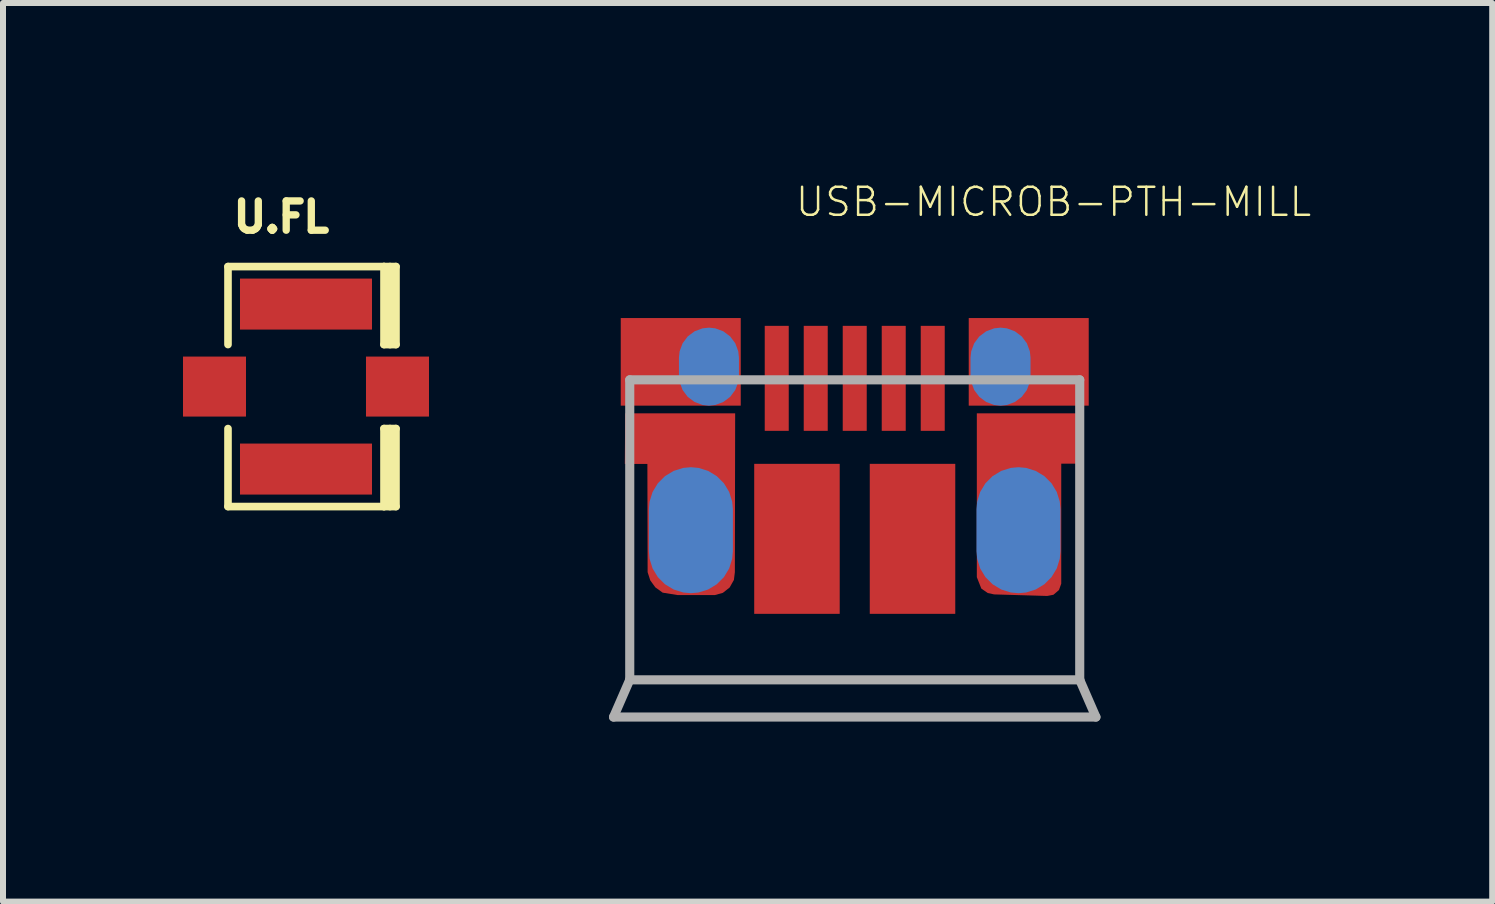
<source format=kicad_pcb>
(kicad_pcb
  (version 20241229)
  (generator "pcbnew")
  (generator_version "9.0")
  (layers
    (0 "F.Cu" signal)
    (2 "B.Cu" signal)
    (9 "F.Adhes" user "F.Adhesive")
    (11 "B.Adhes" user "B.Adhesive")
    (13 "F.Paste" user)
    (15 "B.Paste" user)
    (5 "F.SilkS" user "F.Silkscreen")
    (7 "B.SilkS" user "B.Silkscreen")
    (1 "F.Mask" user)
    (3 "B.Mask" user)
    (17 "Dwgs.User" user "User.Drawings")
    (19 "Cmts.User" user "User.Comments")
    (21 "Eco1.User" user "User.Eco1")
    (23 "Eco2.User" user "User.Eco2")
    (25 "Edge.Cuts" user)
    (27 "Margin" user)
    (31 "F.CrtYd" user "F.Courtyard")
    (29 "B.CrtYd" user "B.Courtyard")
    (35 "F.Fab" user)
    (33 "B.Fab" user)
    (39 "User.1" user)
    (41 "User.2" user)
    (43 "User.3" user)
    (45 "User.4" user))
  (footprint "USB-MICROB-PTH-MILL"
    (layer "F.Cu")
    (at 11.196 3.256)
    (property "Reference" "USB-MICROB-PTH-MILL" (at -1.016 -2.667 0) (layer "F.SilkS") (effects (font (size 0.467 0.467) (thickness 0.041)) (justify left bottom)))
    (fp_poly (pts (xy 3.82 1.422) (xy 3.442 1.422) (xy 3.442 3.422) (xy 3.404 3.528) (xy 3.312 3.607) (xy 3.208 3.627) (xy 2.323 3.601) (xy 2.217 3.578) (xy 2.11 3.504) (xy 2.035 3.314) (xy 2.035 0.583) (xy 3.82 0.583)) (stroke (width 0) (type solid)) (fill yes) (layer "F.Cu"))
    (fp_poly (pts (xy -1.998 3.231) (xy -2.014 3.36) (xy -2.085 3.486) (xy -2.198 3.575) (xy -2.331 3.612) (xy -2.953 3.612) (xy -3.201 3.572) (xy -3.324 3.483) (xy -3.408 3.367) (xy -3.452 3.231) (xy -3.456 1.427) (xy -3.832 1.427) (xy -3.826 0.583) (xy -1.993 0.583)) (stroke (width 0) (type solid)) (fill yes) (layer "F.Cu"))
    (fp_poly (pts (xy 3.851 1.476) (xy 3.551 1.476) (xy 3.551 3.333) (xy 3.514 3.453) (xy 3.441 3.557) (xy 3.336 3.636) (xy 3.104 3.676) (xy 2.295 3.676) (xy 2.165 3.65) (xy 2.047 3.571) (xy 1.949 3.335) (xy 1.949 0.574) (xy 3.851 0.574)) (stroke (width 0) (type solid)) (fill yes) (layer "F.Mask"))
    (fp_poly (pts (xy -1.949 3.225) (xy -1.951 3.344) (xy -1.992 3.464) (xy -2.071 3.569) (xy -2.288 3.676) (xy -3.004 3.676) (xy -3.14 3.654) (xy -3.265 3.59) (xy -3.368 3.487) (xy -3.451 3.233) (xy -3.451 1.476) (xy -3.851 1.476) (xy -3.851 0.574) (xy -1.949 0.574)) (stroke (width 0) (type solid)) (fill yes) (layer "F.Mask"))
    (fp_poly (pts (xy -1.15 0.831) (xy -1.45 0.831) (xy -1.45 -0.844) (xy -1.15 -0.844)) (stroke (width 0) (type solid)) (fill yes) (layer "F.Paste"))
    (fp_poly (pts (xy -0.5 0.831) (xy -0.8 0.831) (xy -0.8 -0.844) (xy -0.5 -0.844)) (stroke (width 0) (type solid)) (fill yes) (layer "F.Paste"))
    (fp_poly (pts (xy 0.15 0.831) (xy -0.15 0.831) (xy -0.15 -0.844) (xy 0.15 -0.844)) (stroke (width 0) (type solid)) (fill yes) (layer "F.Paste"))
    (fp_poly (pts (xy 0.8 0.831) (xy 0.5 0.831) (xy 0.5 -0.844) (xy 0.8 -0.844)) (stroke (width 0) (type solid)) (fill yes) (layer "F.Paste"))
    (fp_poly (pts (xy 1.45 0.831) (xy 1.15 0.831) (xy 1.15 -0.844) (xy 1.45 -0.844)) (stroke (width 0) (type solid)) (fill yes) (layer "F.Paste"))
    (fp_poly (pts (xy -1.945 3.194) (xy -1.963 3.308) (xy -2.017 3.415) (xy -2.104 3.502) (xy -2.318 3.571) (xy -3.067 3.571) (xy -3.199 3.545) (xy -3.319 3.465) (xy -3.418 3.226) (xy -3.418 1.488) (xy -3.926 1.488) (xy -3.926 0.599) (xy -1.945 0.599)) (stroke (width 0) (type solid)) (fill yes) (layer "F.Paste"))
    (fp_poly (pts (xy 3.913 1.488) (xy 3.405 1.488) (xy 3.405 3.226) (xy 3.306 3.465) (xy 3.186 3.545) (xy 3.055 3.571) (xy 2.305 3.571) (xy 2.092 3.502) (xy 2.004 3.415) (xy 1.95 3.308) (xy 1.932 3.194) (xy 1.932 0.599) (xy 3.913 0.599)) (stroke (width 0) (type solid)) (fill yes) (layer "F.Paste"))
    (fp_line (start -4.02 5.645) (end -3.75 5.025) (stroke (width 0.152) (type solid)) (layer "F.Fab"))
    (fp_line (start -3.75 0.025) (end -3.75 5.025) (stroke (width 0.152) (type solid)) (layer "F.Fab"))
    (fp_line (start -3.75 5.025) (end 3.75 5.025) (stroke (width 0.152) (type solid)) (layer "F.Fab"))
    (fp_line (start 3.75 0.025) (end -3.75 0.025) (stroke (width 0.152) (type solid)) (layer "F.Fab"))
    (fp_line (start 3.75 5.025) (end 3.75 0.025) (stroke (width 0.152) (type solid)) (layer "F.Fab"))
    (fp_line (start 4.02 5.645) (end -4.02 5.645) (stroke (width 0.152) (type solid)) (layer "F.Fab"))
    (fp_line (start 4.02 5.645) (end 3.75 5.025) (stroke (width 0.152) (type solid)) (layer "F.Fab"))
    (pad "D+" smd rect (at 0 0 90) (size 1.75 0.4) (layers "F.Cu" "F.Mask"))
    (pad "D-" smd rect (at -0.65 0 90) (size 1.75 0.4) (layers "F.Cu" "F.Mask"))
    (pad "GND" smd rect (at 1.3 0 90) (size 1.75 0.4) (layers "F.Cu" "F.Mask"))
    (pad "ID" smd rect (at 0.65 0 90) (size 1.75 0.4) (layers "F.Cu" "F.Mask"))
    (pad "SHIELD" smd rect (at -2.9 -0.275 90) (size 1.46 2) (layers "F.Cu" "F.Mask" "F.Paste"))
    (pad "SHIELD2" smd rect (at 2.9 -0.275 90) (size 1.46 2) (layers "F.Cu" "F.Mask" "F.Paste"))
    (pad "SHIELD3" smd rect (at -0.963 2.675 90) (size 2.5 1.425) (layers "F.Cu" "F.Mask" "F.Paste"))
    (pad "SHIELD4" smd rect (at 0.963 2.675 90) (size 2.5 1.425) (layers "F.Cu" "F.Mask" "F.Paste"))
    (pad "SHIELD5" smd roundrect (at -2.731 2.531 90) (size 2.1 1.4) (layers "B.Cu") (roundrect_rratio 0.5))
    (pad "SHIELD6" smd roundrect (at 2.7 2.575 90) (size 1 1) (layers "F.Cu") (roundrect_rratio 0.5))
    (pad "SHIELD7" smd roundrect (at 2.729 2.531 90) (size 2.1 1.4) (layers "B.Cu") (roundrect_rratio 0.5))
    (pad "SHIELD8" smd roundrect (at -2.731 2.731 90) (size 1.5 1.1) (layers "F.Cu") (roundrect_rratio 0.5))
    (pad "SHIELD9" smd roundrect (at -2.43 -0.195 90) (size 1.3 1) (layers "B.Cu") (roundrect_rratio 0.5))
    (pad "SHIELD10" smd roundrect (at 2.43 -0.195 90) (size 1.3 1) (layers "B.Cu") (roundrect_rratio 0.5))
    (pad "VBUS" smd rect (at -1.3 0 90) (size 1.75 0.4) (layers "F.Cu" "F.Mask")))
  (footprint "U.FL"
    (layer "F.Cu")
    (at 2.05 3.393)
    (property "Reference" "U.FL" (at -1.27 -2.54 0) (layer "F.SilkS") (effects (font (size 0.488 0.488) (thickness 0.122)) (justify left bottom)))
    (fp_line (start -1.3 -0.7) (end -1.3 -2) (stroke (width 0.127) (type solid)) (layer "F.SilkS"))
    (fp_line (start -1.3 2) (end -1.3 0.7) (stroke (width 0.127) (type solid)) (layer "F.SilkS"))
    (fp_line (start -1.3 2) (end 1.3 2) (stroke (width 0.127) (type solid)) (layer "F.SilkS"))
    (fp_line (start 1.3 -2) (end -1.3 -2) (stroke (width 0.127) (type solid)) (layer "F.SilkS"))
    (fp_line (start 1.3 -0.7) (end 1.3 -2) (stroke (width 0.127) (type solid)) (layer "F.SilkS"))
    (fp_line (start 1.3 2) (end 1.3 0.7) (stroke (width 0.127) (type solid)) (layer "F.SilkS"))
    (fp_line (start 1.4 -0.7) (end 1.4 -2) (stroke (width 0.127) (type solid)) (layer "F.SilkS"))
    (fp_line (start 1.4 2) (end 1.4 0.7) (stroke (width 0.127) (type solid)) (layer "F.SilkS"))
    (fp_line (start 1.5 -2) (end 1.3 -2) (stroke (width 0.127) (type solid)) (layer "F.SilkS"))
    (fp_line (start 1.5 -0.7) (end 1.3 -0.7) (stroke (width 0.127) (type solid)) (layer "F.SilkS"))
    (fp_line (start 1.5 -0.7) (end 1.5 -2) (stroke (width 0.127) (type solid)) (layer "F.SilkS"))
    (fp_line (start 1.5 0.7) (end 1.3 0.7) (stroke (width 0.127) (type solid)) (layer "F.SilkS"))
    (fp_line (start 1.5 2) (end 1.3 2) (stroke (width 0.127) (type solid)) (layer "F.SilkS"))
    (fp_line (start 1.5 2) (end 1.5 0.7) (stroke (width 0.127) (type solid)) (layer "F.SilkS"))
    (pad "1" smd rect (at 0 -1.375) (size 2.2 0.85) (layers "F.Cu" "F.Mask" "F.Paste"))
    (pad "2" smd rect (at 0 1.375) (size 2.2 0.85) (layers "F.Cu" "F.Mask" "F.Paste"))
    (pad "FEED" smd rect (at 1.525 0) (size 1.05 1) (layers "F.Cu" "F.Mask" "F.Paste"))
    (pad "NC" smd rect (at -1.525 0) (size 1.05 1) (layers "F.Cu" "F.Mask" "F.Paste")))
  (gr_rect
    (start -3 -3)
    (end 21.821 11.977)
    (stroke (width 0.1) (type default))
    (fill no)
    (layer "Edge.Cuts")))
</source>
